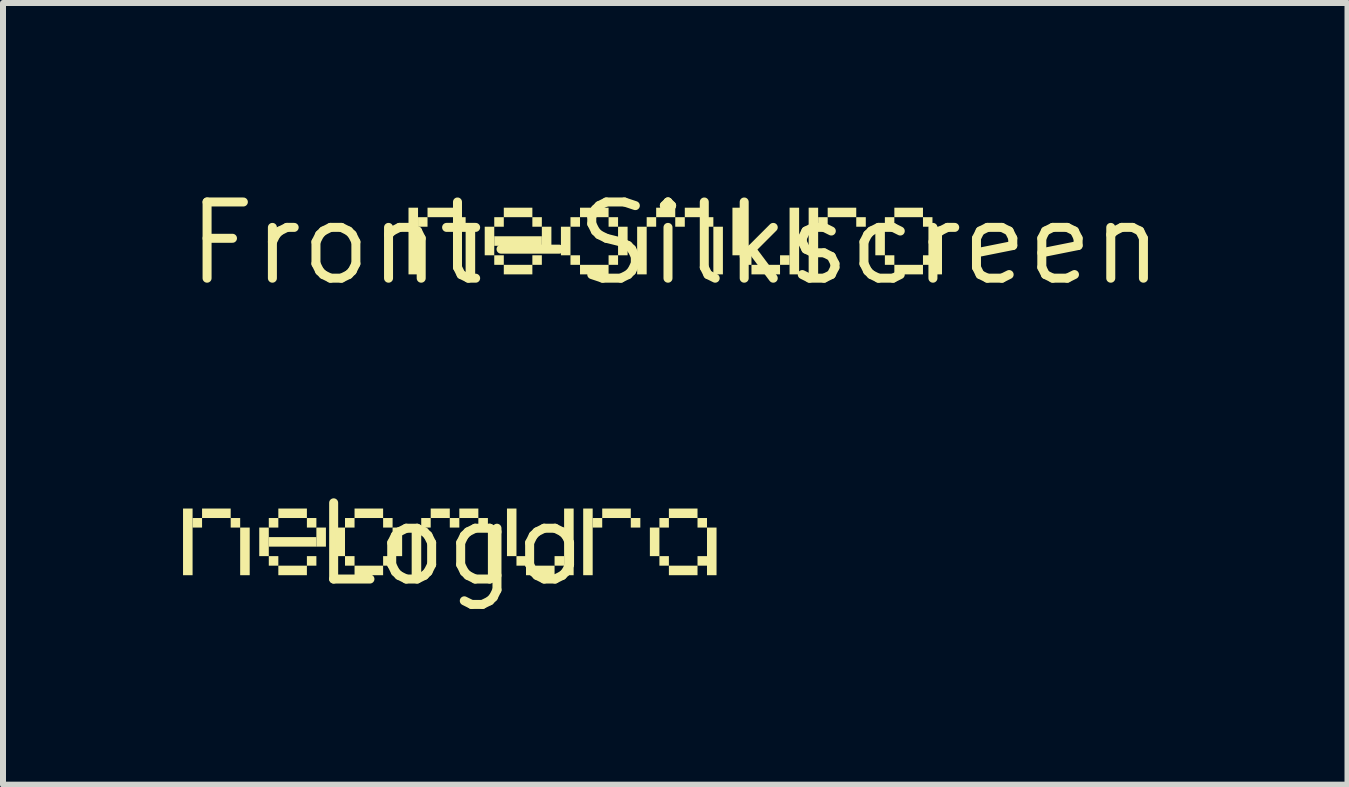
<source format=kicad_pcb>
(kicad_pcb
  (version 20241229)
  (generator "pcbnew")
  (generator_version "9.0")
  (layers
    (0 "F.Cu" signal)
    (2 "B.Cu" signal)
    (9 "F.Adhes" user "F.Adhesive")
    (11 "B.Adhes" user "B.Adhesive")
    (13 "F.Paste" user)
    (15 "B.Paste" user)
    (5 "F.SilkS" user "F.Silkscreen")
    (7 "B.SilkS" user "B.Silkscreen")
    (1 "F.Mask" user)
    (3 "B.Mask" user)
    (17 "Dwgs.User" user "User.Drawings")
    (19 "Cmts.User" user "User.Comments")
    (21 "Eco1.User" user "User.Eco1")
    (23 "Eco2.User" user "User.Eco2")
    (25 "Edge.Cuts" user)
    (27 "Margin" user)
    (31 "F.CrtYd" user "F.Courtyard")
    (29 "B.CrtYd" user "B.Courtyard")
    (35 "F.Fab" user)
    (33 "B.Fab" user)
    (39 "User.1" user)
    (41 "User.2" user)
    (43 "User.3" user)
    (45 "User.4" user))
  (footprint "Logo"
    (layer "F.Cu")
    (at 4.445 6.019)
    (property "Reference" "Logo" (at 0 0 0) (layer "F.SilkS") (effects (font (size 1.27 1.27) (thickness 0.15))))
    (attr through_hole)
    (fp_poly (pts (xy -4.286 0.516) (xy -4.445 0.516) (xy -4.445 -0.595) (xy -4.286 -0.595)) (stroke (width 0) (type solid)) (fill yes) (layer "F.SilkS"))
    (fp_poly (pts (xy -4.128 -0.278) (xy -4.286 -0.278) (xy -4.286 -0.437) (xy -4.128 -0.437)) (stroke (width 0) (type solid)) (fill yes) (layer "F.SilkS"))
    (fp_poly (pts (xy -3.651 -0.437) (xy -4.128 -0.437) (xy -4.128 -0.595) (xy -3.651 -0.595)) (stroke (width 0) (type solid)) (fill yes) (layer "F.SilkS"))
    (fp_poly (pts (xy -3.493 -0.278) (xy -3.651 -0.278) (xy -3.651 -0.437) (xy -3.493 -0.437)) (stroke (width 0) (type solid)) (fill yes) (layer "F.SilkS"))
    (fp_poly (pts (xy -3.334 0.516) (xy -3.493 0.516) (xy -3.493 -0.278) (xy -3.334 -0.278)) (stroke (width 0) (type solid)) (fill yes) (layer "F.SilkS"))
    (fp_poly (pts (xy -3.016 0.198) (xy -3.175 0.198) (xy -3.175 -0.278) (xy -3.016 -0.278)) (stroke (width 0) (type solid)) (fill yes) (layer "F.SilkS"))
    (fp_poly (pts (xy -2.857 -0.278) (xy -3.016 -0.278) (xy -3.016 -0.437) (xy -2.857 -0.437)) (stroke (width 0) (type solid)) (fill yes) (layer "F.SilkS"))
    (fp_poly (pts (xy -2.857 0.357) (xy -3.016 0.357) (xy -3.016 0.198) (xy -2.857 0.198)) (stroke (width 0) (type solid)) (fill yes) (layer "F.SilkS"))
    (fp_poly (pts (xy -2.381 -0.437) (xy -2.857 -0.437) (xy -2.857 -0.595) (xy -2.381 -0.595)) (stroke (width 0) (type solid)) (fill yes) (layer "F.SilkS"))
    (fp_poly (pts (xy -2.381 0.516) (xy -2.857 0.516) (xy -2.857 0.357) (xy -2.381 0.357)) (stroke (width 0) (type solid)) (fill yes) (layer "F.SilkS"))
    (fp_poly (pts (xy -2.223 -0.278) (xy -2.381 -0.278) (xy -2.381 -0.437) (xy -2.223 -0.437)) (stroke (width 0) (type solid)) (fill yes) (layer "F.SilkS"))
    (fp_poly (pts (xy -2.223 0.04) (xy -3.016 0.04) (xy -3.016 -0.119) (xy -2.223 -0.119)) (stroke (width 0) (type solid)) (fill yes) (layer "F.SilkS"))
    (fp_poly (pts (xy -2.223 0.357) (xy -2.381 0.357) (xy -2.381 0.198) (xy -2.223 0.198)) (stroke (width 0) (type solid)) (fill yes) (layer "F.SilkS"))
    (fp_poly (pts (xy -2.064 0.04) (xy -2.223 0.04) (xy -2.223 -0.278) (xy -2.064 -0.278)) (stroke (width 0) (type solid)) (fill yes) (layer "F.SilkS"))
    (fp_poly (pts (xy -1.746 0.198) (xy -1.905 0.198) (xy -1.905 -0.278) (xy -1.746 -0.278)) (stroke (width 0) (type solid)) (fill yes) (layer "F.SilkS"))
    (fp_poly (pts (xy -1.587 -0.278) (xy -1.746 -0.278) (xy -1.746 -0.437) (xy -1.587 -0.437)) (stroke (width 0) (type solid)) (fill yes) (layer "F.SilkS"))
    (fp_poly (pts (xy -1.587 0.357) (xy -1.746 0.357) (xy -1.746 0.198) (xy -1.587 0.198)) (stroke (width 0) (type solid)) (fill yes) (layer "F.SilkS"))
    (fp_poly (pts (xy -1.111 -0.437) (xy -1.587 -0.437) (xy -1.587 -0.595) (xy -1.111 -0.595)) (stroke (width 0) (type solid)) (fill yes) (layer "F.SilkS"))
    (fp_poly (pts (xy -1.111 0.516) (xy -1.587 0.516) (xy -1.587 0.357) (xy -1.111 0.357)) (stroke (width 0) (type solid)) (fill yes) (layer "F.SilkS"))
    (fp_poly (pts (xy -0.953 -0.278) (xy -1.111 -0.278) (xy -1.111 -0.437) (xy -0.953 -0.437)) (stroke (width 0) (type solid)) (fill yes) (layer "F.SilkS"))
    (fp_poly (pts (xy -0.953 0.357) (xy -1.111 0.357) (xy -1.111 0.198) (xy -0.953 0.198)) (stroke (width 0) (type solid)) (fill yes) (layer "F.SilkS"))
    (fp_poly (pts (xy -0.794 0.198) (xy -0.953 0.198) (xy -0.953 -0.278) (xy -0.794 -0.278)) (stroke (width 0) (type solid)) (fill yes) (layer "F.SilkS"))
    (fp_poly (pts (xy -0.476 0.516) (xy -0.635 0.516) (xy -0.635 -0.278) (xy -0.476 -0.278)) (stroke (width 0) (type solid)) (fill yes) (layer "F.SilkS"))
    (fp_poly (pts (xy -0.318 -0.278) (xy -0.476 -0.278) (xy -0.476 -0.437) (xy -0.318 -0.437)) (stroke (width 0) (type solid)) (fill yes) (layer "F.SilkS"))
    (fp_poly (pts (xy 0 -0.437) (xy -0.318 -0.437) (xy -0.318 -0.595) (xy 0 -0.595)) (stroke (width 0) (type solid)) (fill yes) (layer "F.SilkS"))
    (fp_poly (pts (xy 0.159 -0.278) (xy 0 -0.278) (xy 0 -0.437) (xy 0.159 -0.437)) (stroke (width 0) (type solid)) (fill yes) (layer "F.SilkS"))
    (fp_poly (pts (xy 0.476 -0.437) (xy 0.159 -0.437) (xy 0.159 -0.595) (xy 0.476 -0.595)) (stroke (width 0) (type solid)) (fill yes) (layer "F.SilkS"))
    (fp_poly (pts (xy 0.635 -0.278) (xy 0.476 -0.278) (xy 0.476 -0.437) (xy 0.635 -0.437)) (stroke (width 0) (type solid)) (fill yes) (layer "F.SilkS"))
    (fp_poly (pts (xy 0.794 0.516) (xy 0.635 0.516) (xy 0.635 -0.278) (xy 0.794 -0.278)) (stroke (width 0) (type solid)) (fill yes) (layer "F.SilkS"))
    (fp_poly (pts (xy 1.111 0.198) (xy 0.953 0.198) (xy 0.953 -0.595) (xy 1.111 -0.595)) (stroke (width 0) (type solid)) (fill yes) (layer "F.SilkS"))
    (fp_poly (pts (xy 1.27 0.357) (xy 1.111 0.357) (xy 1.111 0.198) (xy 1.27 0.198)) (stroke (width 0) (type solid)) (fill yes) (layer "F.SilkS"))
    (fp_poly (pts (xy 1.746 0.516) (xy 1.27 0.516) (xy 1.27 0.357) (xy 1.746 0.357)) (stroke (width 0) (type solid)) (fill yes) (layer "F.SilkS"))
    (fp_poly (pts (xy 1.905 0.357) (xy 1.746 0.357) (xy 1.746 0.198) (xy 1.905 0.198)) (stroke (width 0) (type solid)) (fill yes) (layer "F.SilkS"))
    (fp_poly (pts (xy 2.064 0.516) (xy 1.905 0.516) (xy 1.905 -0.595) (xy 2.064 -0.595)) (stroke (width 0) (type solid)) (fill yes) (layer "F.SilkS"))
    (fp_poly (pts (xy 2.381 0.516) (xy 2.223 0.516) (xy 2.223 -0.595) (xy 2.381 -0.595)) (stroke (width 0) (type solid)) (fill yes) (layer "F.SilkS"))
    (fp_poly (pts (xy 2.54 -0.278) (xy 2.381 -0.278) (xy 2.381 -0.437) (xy 2.54 -0.437)) (stroke (width 0) (type solid)) (fill yes) (layer "F.SilkS"))
    (fp_poly (pts (xy 3.016 -0.437) (xy 2.54 -0.437) (xy 2.54 -0.595) (xy 3.016 -0.595)) (stroke (width 0) (type solid)) (fill yes) (layer "F.SilkS"))
    (fp_poly (pts (xy 3.175 -0.278) (xy 3.016 -0.278) (xy 3.016 -0.437) (xy 3.175 -0.437)) (stroke (width 0) (type solid)) (fill yes) (layer "F.SilkS"))
    (fp_poly (pts (xy 3.493 0.198) (xy 3.334 0.198) (xy 3.334 -0.278) (xy 3.493 -0.278)) (stroke (width 0) (type solid)) (fill yes) (layer "F.SilkS"))
    (fp_poly (pts (xy 3.651 -0.278) (xy 3.493 -0.278) (xy 3.493 -0.437) (xy 3.651 -0.437)) (stroke (width 0) (type solid)) (fill yes) (layer "F.SilkS"))
    (fp_poly (pts (xy 3.651 0.357) (xy 3.493 0.357) (xy 3.493 0.198) (xy 3.651 0.198)) (stroke (width 0) (type solid)) (fill yes) (layer "F.SilkS"))
    (fp_poly (pts (xy 4.128 -0.437) (xy 3.651 -0.437) (xy 3.651 -0.595) (xy 4.128 -0.595)) (stroke (width 0) (type solid)) (fill yes) (layer "F.SilkS"))
    (fp_poly (pts (xy 4.128 0.516) (xy 3.651 0.516) (xy 3.651 0.357) (xy 4.128 0.357)) (stroke (width 0) (type solid)) (fill yes) (layer "F.SilkS"))
    (fp_poly (pts (xy 4.286 -0.278) (xy 4.128 -0.278) (xy 4.128 -0.437) (xy 4.286 -0.437)) (stroke (width 0) (type solid)) (fill yes) (layer "F.SilkS"))
    (fp_poly (pts (xy 4.286 0.357) (xy 4.128 0.357) (xy 4.128 0.198) (xy 4.286 0.198)) (stroke (width 0) (type solid)) (fill yes) (layer "F.SilkS"))
    (fp_poly (pts (xy 4.445 0.516) (xy 4.286 0.516) (xy 4.286 -0.278) (xy 4.445 -0.278)) (stroke (width 0) (type solid)) (fill yes) (layer "F.SilkS")))
  (footprint "Front-Silkscreen"
    (layer "F.Cu")
    (at 8.202 1.006)
    (property "Reference" "Front-Silkscreen" (at 0 0 0) (layer "F.SilkS") (effects (font (size 1.27 1.27) (thickness 0.15))))
    (attr through_hole)
    (fp_poly (pts (xy -4.286 0.516) (xy -4.445 0.516) (xy -4.445 -0.595) (xy -4.286 -0.595)) (stroke (width 0) (type solid)) (fill yes) (layer "F.SilkS"))
    (fp_poly (pts (xy -4.128 -0.278) (xy -4.286 -0.278) (xy -4.286 -0.437) (xy -4.128 -0.437)) (stroke (width 0) (type solid)) (fill yes) (layer "F.SilkS"))
    (fp_poly (pts (xy -3.651 -0.437) (xy -4.128 -0.437) (xy -4.128 -0.595) (xy -3.651 -0.595)) (stroke (width 0) (type solid)) (fill yes) (layer "F.SilkS"))
    (fp_poly (pts (xy -3.493 -0.278) (xy -3.651 -0.278) (xy -3.651 -0.437) (xy -3.493 -0.437)) (stroke (width 0) (type solid)) (fill yes) (layer "F.SilkS"))
    (fp_poly (pts (xy -3.334 0.516) (xy -3.493 0.516) (xy -3.493 -0.278) (xy -3.334 -0.278)) (stroke (width 0) (type solid)) (fill yes) (layer "F.SilkS"))
    (fp_poly (pts (xy -3.016 0.198) (xy -3.175 0.198) (xy -3.175 -0.278) (xy -3.016 -0.278)) (stroke (width 0) (type solid)) (fill yes) (layer "F.SilkS"))
    (fp_poly (pts (xy -2.857 -0.278) (xy -3.016 -0.278) (xy -3.016 -0.437) (xy -2.857 -0.437)) (stroke (width 0) (type solid)) (fill yes) (layer "F.SilkS"))
    (fp_poly (pts (xy -2.857 0.357) (xy -3.016 0.357) (xy -3.016 0.198) (xy -2.857 0.198)) (stroke (width 0) (type solid)) (fill yes) (layer "F.SilkS"))
    (fp_poly (pts (xy -2.381 -0.437) (xy -2.857 -0.437) (xy -2.857 -0.595) (xy -2.381 -0.595)) (stroke (width 0) (type solid)) (fill yes) (layer "F.SilkS"))
    (fp_poly (pts (xy -2.381 0.516) (xy -2.857 0.516) (xy -2.857 0.357) (xy -2.381 0.357)) (stroke (width 0) (type solid)) (fill yes) (layer "F.SilkS"))
    (fp_poly (pts (xy -2.223 -0.278) (xy -2.381 -0.278) (xy -2.381 -0.437) (xy -2.223 -0.437)) (stroke (width 0) (type solid)) (fill yes) (layer "F.SilkS"))
    (fp_poly (pts (xy -2.223 0.04) (xy -3.016 0.04) (xy -3.016 -0.119) (xy -2.223 -0.119)) (stroke (width 0) (type solid)) (fill yes) (layer "F.SilkS"))
    (fp_poly (pts (xy -2.223 0.357) (xy -2.381 0.357) (xy -2.381 0.198) (xy -2.223 0.198)) (stroke (width 0) (type solid)) (fill yes) (layer "F.SilkS"))
    (fp_poly (pts (xy -2.064 0.04) (xy -2.223 0.04) (xy -2.223 -0.278) (xy -2.064 -0.278)) (stroke (width 0) (type solid)) (fill yes) (layer "F.SilkS"))
    (fp_poly (pts (xy -1.746 0.198) (xy -1.905 0.198) (xy -1.905 -0.278) (xy -1.746 -0.278)) (stroke (width 0) (type solid)) (fill yes) (layer "F.SilkS"))
    (fp_poly (pts (xy -1.587 -0.278) (xy -1.746 -0.278) (xy -1.746 -0.437) (xy -1.587 -0.437)) (stroke (width 0) (type solid)) (fill yes) (layer "F.SilkS"))
    (fp_poly (pts (xy -1.587 0.357) (xy -1.746 0.357) (xy -1.746 0.198) (xy -1.587 0.198)) (stroke (width 0) (type solid)) (fill yes) (layer "F.SilkS"))
    (fp_poly (pts (xy -1.111 -0.437) (xy -1.587 -0.437) (xy -1.587 -0.595) (xy -1.111 -0.595)) (stroke (width 0) (type solid)) (fill yes) (layer "F.SilkS"))
    (fp_poly (pts (xy -1.111 0.516) (xy -1.587 0.516) (xy -1.587 0.357) (xy -1.111 0.357)) (stroke (width 0) (type solid)) (fill yes) (layer "F.SilkS"))
    (fp_poly (pts (xy -0.953 -0.278) (xy -1.111 -0.278) (xy -1.111 -0.437) (xy -0.953 -0.437)) (stroke (width 0) (type solid)) (fill yes) (layer "F.SilkS"))
    (fp_poly (pts (xy -0.953 0.357) (xy -1.111 0.357) (xy -1.111 0.198) (xy -0.953 0.198)) (stroke (width 0) (type solid)) (fill yes) (layer "F.SilkS"))
    (fp_poly (pts (xy -0.794 0.198) (xy -0.953 0.198) (xy -0.953 -0.278) (xy -0.794 -0.278)) (stroke (width 0) (type solid)) (fill yes) (layer "F.SilkS"))
    (fp_poly (pts (xy -0.476 0.516) (xy -0.635 0.516) (xy -0.635 -0.278) (xy -0.476 -0.278)) (stroke (width 0) (type solid)) (fill yes) (layer "F.SilkS"))
    (fp_poly (pts (xy -0.318 -0.278) (xy -0.476 -0.278) (xy -0.476 -0.437) (xy -0.318 -0.437)) (stroke (width 0) (type solid)) (fill yes) (layer "F.SilkS"))
    (fp_poly (pts (xy 0 -0.437) (xy -0.318 -0.437) (xy -0.318 -0.595) (xy 0 -0.595)) (stroke (width 0) (type solid)) (fill yes) (layer "F.SilkS"))
    (fp_poly (pts (xy 0.159 -0.278) (xy 0 -0.278) (xy 0 -0.437) (xy 0.159 -0.437)) (stroke (width 0) (type solid)) (fill yes) (layer "F.SilkS"))
    (fp_poly (pts (xy 0.476 -0.437) (xy 0.159 -0.437) (xy 0.159 -0.595) (xy 0.476 -0.595)) (stroke (width 0) (type solid)) (fill yes) (layer "F.SilkS"))
    (fp_poly (pts (xy 0.635 -0.278) (xy 0.476 -0.278) (xy 0.476 -0.437) (xy 0.635 -0.437)) (stroke (width 0) (type solid)) (fill yes) (layer "F.SilkS"))
    (fp_poly (pts (xy 0.794 0.516) (xy 0.635 0.516) (xy 0.635 -0.278) (xy 0.794 -0.278)) (stroke (width 0) (type solid)) (fill yes) (layer "F.SilkS"))
    (fp_poly (pts (xy 1.111 0.198) (xy 0.953 0.198) (xy 0.953 -0.595) (xy 1.111 -0.595)) (stroke (width 0) (type solid)) (fill yes) (layer "F.SilkS"))
    (fp_poly (pts (xy 1.27 0.357) (xy 1.111 0.357) (xy 1.111 0.198) (xy 1.27 0.198)) (stroke (width 0) (type solid)) (fill yes) (layer "F.SilkS"))
    (fp_poly (pts (xy 1.746 0.516) (xy 1.27 0.516) (xy 1.27 0.357) (xy 1.746 0.357)) (stroke (width 0) (type solid)) (fill yes) (layer "F.SilkS"))
    (fp_poly (pts (xy 1.905 0.357) (xy 1.746 0.357) (xy 1.746 0.198) (xy 1.905 0.198)) (stroke (width 0) (type solid)) (fill yes) (layer "F.SilkS"))
    (fp_poly (pts (xy 2.064 0.516) (xy 1.905 0.516) (xy 1.905 -0.595) (xy 2.064 -0.595)) (stroke (width 0) (type solid)) (fill yes) (layer "F.SilkS"))
    (fp_poly (pts (xy 2.381 0.516) (xy 2.223 0.516) (xy 2.223 -0.595) (xy 2.381 -0.595)) (stroke (width 0) (type solid)) (fill yes) (layer "F.SilkS"))
    (fp_poly (pts (xy 2.54 -0.278) (xy 2.381 -0.278) (xy 2.381 -0.437) (xy 2.54 -0.437)) (stroke (width 0) (type solid)) (fill yes) (layer "F.SilkS"))
    (fp_poly (pts (xy 3.016 -0.437) (xy 2.54 -0.437) (xy 2.54 -0.595) (xy 3.016 -0.595)) (stroke (width 0) (type solid)) (fill yes) (layer "F.SilkS"))
    (fp_poly (pts (xy 3.175 -0.278) (xy 3.016 -0.278) (xy 3.016 -0.437) (xy 3.175 -0.437)) (stroke (width 0) (type solid)) (fill yes) (layer "F.SilkS"))
    (fp_poly (pts (xy 3.493 0.198) (xy 3.334 0.198) (xy 3.334 -0.278) (xy 3.493 -0.278)) (stroke (width 0) (type solid)) (fill yes) (layer "F.SilkS"))
    (fp_poly (pts (xy 3.651 -0.278) (xy 3.493 -0.278) (xy 3.493 -0.437) (xy 3.651 -0.437)) (stroke (width 0) (type solid)) (fill yes) (layer "F.SilkS"))
    (fp_poly (pts (xy 3.651 0.357) (xy 3.493 0.357) (xy 3.493 0.198) (xy 3.651 0.198)) (stroke (width 0) (type solid)) (fill yes) (layer "F.SilkS"))
    (fp_poly (pts (xy 4.128 -0.437) (xy 3.651 -0.437) (xy 3.651 -0.595) (xy 4.128 -0.595)) (stroke (width 0) (type solid)) (fill yes) (layer "F.SilkS"))
    (fp_poly (pts (xy 4.128 0.516) (xy 3.651 0.516) (xy 3.651 0.357) (xy 4.128 0.357)) (stroke (width 0) (type solid)) (fill yes) (layer "F.SilkS"))
    (fp_poly (pts (xy 4.286 -0.278) (xy 4.128 -0.278) (xy 4.128 -0.437) (xy 4.286 -0.437)) (stroke (width 0) (type solid)) (fill yes) (layer "F.SilkS"))
    (fp_poly (pts (xy 4.286 0.357) (xy 4.128 0.357) (xy 4.128 0.198) (xy 4.286 0.198)) (stroke (width 0) (type solid)) (fill yes) (layer "F.SilkS"))
    (fp_poly (pts (xy 4.445 0.516) (xy 4.286 0.516) (xy 4.286 -0.278) (xy 4.445 -0.278)) (stroke (width 0) (type solid)) (fill yes) (layer "F.SilkS")))
  (gr_rect
    (start -3 -3)
    (end 19.404 10.025)
    (stroke (width 0.1) (type default))
    (fill no)
    (layer "Edge.Cuts")))
</source>
